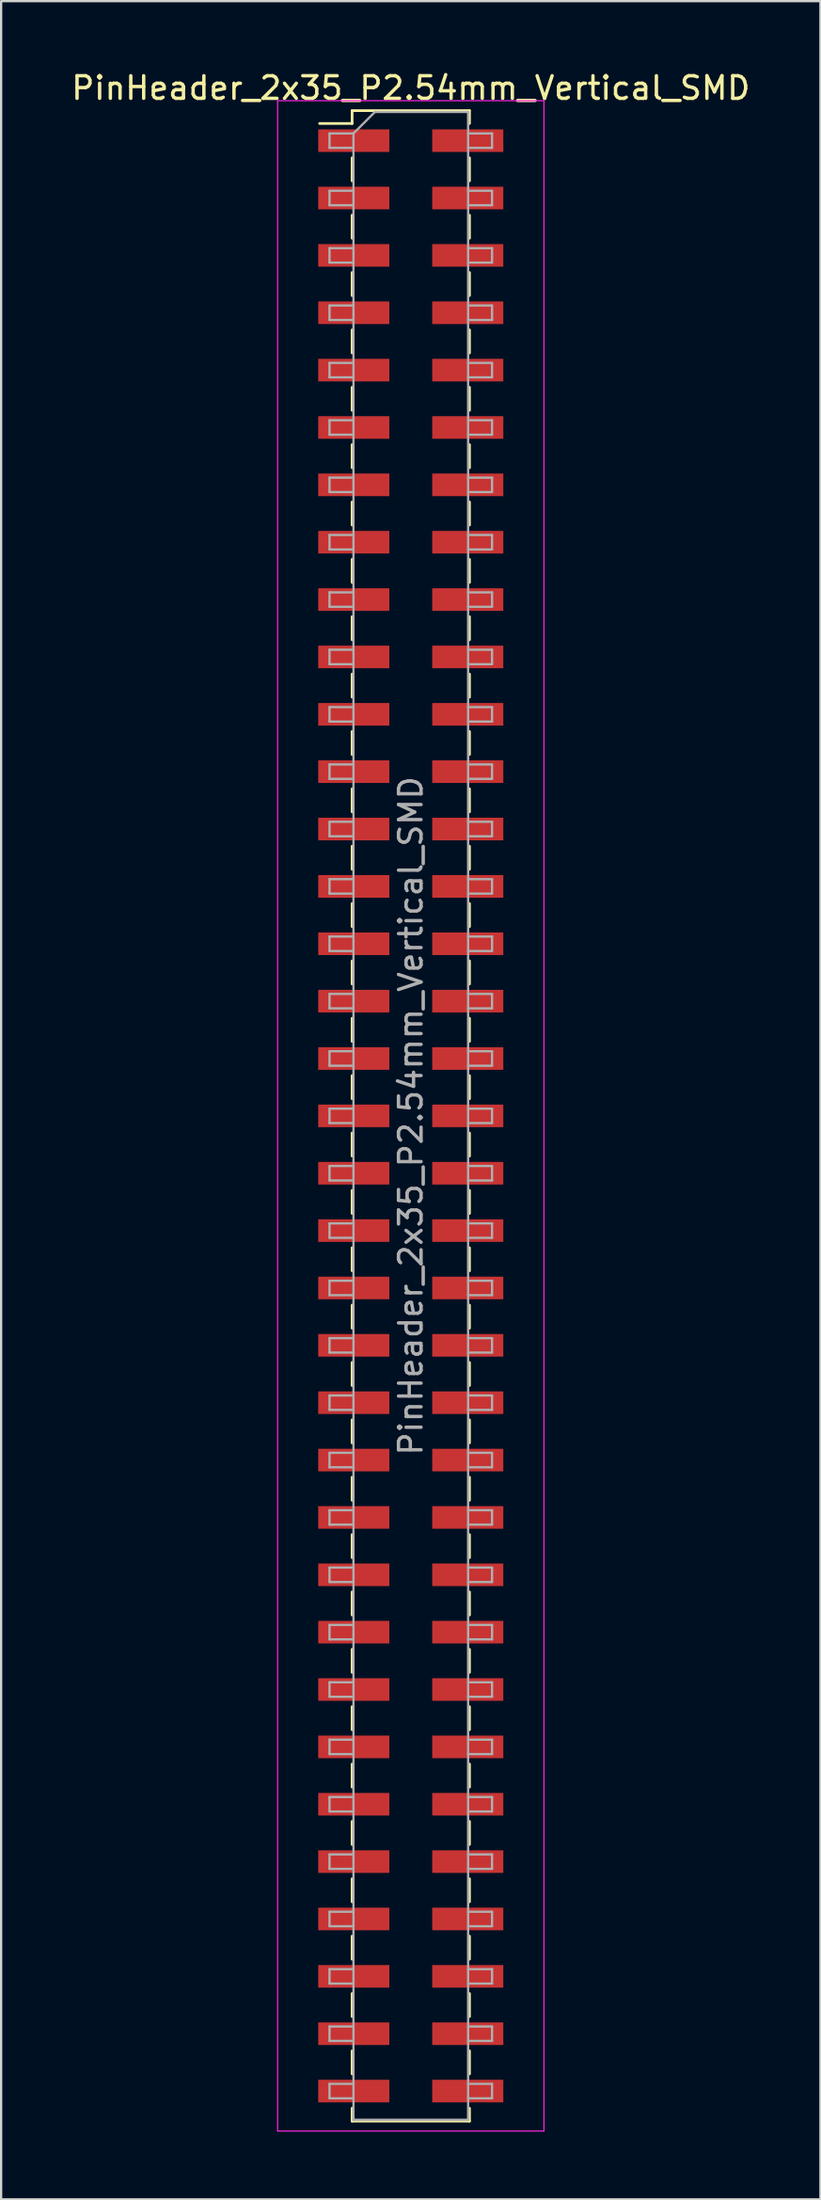
<source format=kicad_pcb>
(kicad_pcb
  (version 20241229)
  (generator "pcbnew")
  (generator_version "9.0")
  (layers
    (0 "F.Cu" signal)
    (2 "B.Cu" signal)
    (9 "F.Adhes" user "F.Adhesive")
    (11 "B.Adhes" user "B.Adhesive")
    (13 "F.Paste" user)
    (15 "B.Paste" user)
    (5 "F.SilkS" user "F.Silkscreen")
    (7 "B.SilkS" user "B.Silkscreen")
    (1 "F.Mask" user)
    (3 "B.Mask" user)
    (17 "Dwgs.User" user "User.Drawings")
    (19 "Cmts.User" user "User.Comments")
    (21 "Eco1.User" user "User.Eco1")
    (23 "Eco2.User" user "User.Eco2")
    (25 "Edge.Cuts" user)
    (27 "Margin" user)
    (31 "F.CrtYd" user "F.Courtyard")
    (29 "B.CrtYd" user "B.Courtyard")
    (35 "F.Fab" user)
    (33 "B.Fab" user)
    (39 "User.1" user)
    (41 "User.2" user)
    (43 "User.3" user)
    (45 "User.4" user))
  (footprint "PinHeader_2x35_P2.54mm_Vertical_SMD"
    (layer "F.Cu")
    (at 15.149 46.358)
    (property "Reference" "PinHeader_2x35_P2.54mm_Vertical_SMD" (at 0 -45.51 0) (layer "F.SilkS") (effects (font (size 1 1) (thickness 0.15))))
    (attr smd)
    (fp_line (start -4.04 -43.94) (end -2.6 -43.94) (stroke (width 0.12) (type solid)) (layer "F.SilkS"))
    (fp_line (start -2.6 -44.51) (end -2.6 -43.94) (stroke (width 0.12) (type solid)) (layer "F.SilkS"))
    (fp_line (start -2.6 -44.51) (end 2.6 -44.51) (stroke (width 0.12) (type solid)) (layer "F.SilkS"))
    (fp_line (start -2.6 -42.42) (end -2.6 -41.4) (stroke (width 0.12) (type solid)) (layer "F.SilkS"))
    (fp_line (start -2.6 -39.88) (end -2.6 -38.86) (stroke (width 0.12) (type solid)) (layer "F.SilkS"))
    (fp_line (start -2.6 -37.34) (end -2.6 -36.32) (stroke (width 0.12) (type solid)) (layer "F.SilkS"))
    (fp_line (start -2.6 -34.8) (end -2.6 -33.78) (stroke (width 0.12) (type solid)) (layer "F.SilkS"))
    (fp_line (start -2.6 -32.26) (end -2.6 -31.24) (stroke (width 0.12) (type solid)) (layer "F.SilkS"))
    (fp_line (start -2.6 -29.72) (end -2.6 -28.7) (stroke (width 0.12) (type solid)) (layer "F.SilkS"))
    (fp_line (start -2.6 -27.18) (end -2.6 -26.16) (stroke (width 0.12) (type solid)) (layer "F.SilkS"))
    (fp_line (start -2.6 -24.64) (end -2.6 -23.62) (stroke (width 0.12) (type solid)) (layer "F.SilkS"))
    (fp_line (start -2.6 -22.1) (end -2.6 -21.08) (stroke (width 0.12) (type solid)) (layer "F.SilkS"))
    (fp_line (start -2.6 -19.56) (end -2.6 -18.54) (stroke (width 0.12) (type solid)) (layer "F.SilkS"))
    (fp_line (start -2.6 -17.02) (end -2.6 -16) (stroke (width 0.12) (type solid)) (layer "F.SilkS"))
    (fp_line (start -2.6 -14.48) (end -2.6 -13.46) (stroke (width 0.12) (type solid)) (layer "F.SilkS"))
    (fp_line (start -2.6 -11.94) (end -2.6 -10.92) (stroke (width 0.12) (type solid)) (layer "F.SilkS"))
    (fp_line (start -2.6 -9.4) (end -2.6 -8.38) (stroke (width 0.12) (type solid)) (layer "F.SilkS"))
    (fp_line (start -2.6 -6.86) (end -2.6 -5.84) (stroke (width 0.12) (type solid)) (layer "F.SilkS"))
    (fp_line (start -2.6 -4.32) (end -2.6 -3.3) (stroke (width 0.12) (type solid)) (layer "F.SilkS"))
    (fp_line (start -2.6 -1.78) (end -2.6 -0.76) (stroke (width 0.12) (type solid)) (layer "F.SilkS"))
    (fp_line (start -2.6 0.76) (end -2.6 1.78) (stroke (width 0.12) (type solid)) (layer "F.SilkS"))
    (fp_line (start -2.6 3.3) (end -2.6 4.32) (stroke (width 0.12) (type solid)) (layer "F.SilkS"))
    (fp_line (start -2.6 5.84) (end -2.6 6.86) (stroke (width 0.12) (type solid)) (layer "F.SilkS"))
    (fp_line (start -2.6 8.38) (end -2.6 9.4) (stroke (width 0.12) (type solid)) (layer "F.SilkS"))
    (fp_line (start -2.6 10.92) (end -2.6 11.94) (stroke (width 0.12) (type solid)) (layer "F.SilkS"))
    (fp_line (start -2.6 13.46) (end -2.6 14.48) (stroke (width 0.12) (type solid)) (layer "F.SilkS"))
    (fp_line (start -2.6 16) (end -2.6 17.02) (stroke (width 0.12) (type solid)) (layer "F.SilkS"))
    (fp_line (start -2.6 18.54) (end -2.6 19.56) (stroke (width 0.12) (type solid)) (layer "F.SilkS"))
    (fp_line (start -2.6 21.08) (end -2.6 22.1) (stroke (width 0.12) (type solid)) (layer "F.SilkS"))
    (fp_line (start -2.6 23.62) (end -2.6 24.64) (stroke (width 0.12) (type solid)) (layer "F.SilkS"))
    (fp_line (start -2.6 26.16) (end -2.6 27.18) (stroke (width 0.12) (type solid)) (layer "F.SilkS"))
    (fp_line (start -2.6 28.7) (end -2.6 29.72) (stroke (width 0.12) (type solid)) (layer "F.SilkS"))
    (fp_line (start -2.6 31.24) (end -2.6 32.26) (stroke (width 0.12) (type solid)) (layer "F.SilkS"))
    (fp_line (start -2.6 33.78) (end -2.6 34.8) (stroke (width 0.12) (type solid)) (layer "F.SilkS"))
    (fp_line (start -2.6 36.32) (end -2.6 37.34) (stroke (width 0.12) (type solid)) (layer "F.SilkS"))
    (fp_line (start -2.6 38.86) (end -2.6 39.88) (stroke (width 0.12) (type solid)) (layer "F.SilkS"))
    (fp_line (start -2.6 41.4) (end -2.6 42.42) (stroke (width 0.12) (type solid)) (layer "F.SilkS"))
    (fp_line (start -2.6 43.94) (end -2.6 44.51) (stroke (width 0.12) (type solid)) (layer "F.SilkS"))
    (fp_line (start -2.6 44.51) (end 2.6 44.51) (stroke (width 0.12) (type solid)) (layer "F.SilkS"))
    (fp_line (start 2.6 -44.51) (end 2.6 -43.94) (stroke (width 0.12) (type solid)) (layer "F.SilkS"))
    (fp_line (start 2.6 -42.42) (end 2.6 -41.4) (stroke (width 0.12) (type solid)) (layer "F.SilkS"))
    (fp_line (start 2.6 -39.88) (end 2.6 -38.86) (stroke (width 0.12) (type solid)) (layer "F.SilkS"))
    (fp_line (start 2.6 -37.34) (end 2.6 -36.32) (stroke (width 0.12) (type solid)) (layer "F.SilkS"))
    (fp_line (start 2.6 -34.8) (end 2.6 -33.78) (stroke (width 0.12) (type solid)) (layer "F.SilkS"))
    (fp_line (start 2.6 -32.26) (end 2.6 -31.24) (stroke (width 0.12) (type solid)) (layer "F.SilkS"))
    (fp_line (start 2.6 -29.72) (end 2.6 -28.7) (stroke (width 0.12) (type solid)) (layer "F.SilkS"))
    (fp_line (start 2.6 -27.18) (end 2.6 -26.16) (stroke (width 0.12) (type solid)) (layer "F.SilkS"))
    (fp_line (start 2.6 -24.64) (end 2.6 -23.62) (stroke (width 0.12) (type solid)) (layer "F.SilkS"))
    (fp_line (start 2.6 -22.1) (end 2.6 -21.08) (stroke (width 0.12) (type solid)) (layer "F.SilkS"))
    (fp_line (start 2.6 -19.56) (end 2.6 -18.54) (stroke (width 0.12) (type solid)) (layer "F.SilkS"))
    (fp_line (start 2.6 -17.02) (end 2.6 -16) (stroke (width 0.12) (type solid)) (layer "F.SilkS"))
    (fp_line (start 2.6 -14.48) (end 2.6 -13.46) (stroke (width 0.12) (type solid)) (layer "F.SilkS"))
    (fp_line (start 2.6 -11.94) (end 2.6 -10.92) (stroke (width 0.12) (type solid)) (layer "F.SilkS"))
    (fp_line (start 2.6 -9.4) (end 2.6 -8.38) (stroke (width 0.12) (type solid)) (layer "F.SilkS"))
    (fp_line (start 2.6 -6.86) (end 2.6 -5.84) (stroke (width 0.12) (type solid)) (layer "F.SilkS"))
    (fp_line (start 2.6 -4.32) (end 2.6 -3.3) (stroke (width 0.12) (type solid)) (layer "F.SilkS"))
    (fp_line (start 2.6 -1.78) (end 2.6 -0.76) (stroke (width 0.12) (type solid)) (layer "F.SilkS"))
    (fp_line (start 2.6 0.76) (end 2.6 1.78) (stroke (width 0.12) (type solid)) (layer "F.SilkS"))
    (fp_line (start 2.6 3.3) (end 2.6 4.32) (stroke (width 0.12) (type solid)) (layer "F.SilkS"))
    (fp_line (start 2.6 5.84) (end 2.6 6.86) (stroke (width 0.12) (type solid)) (layer "F.SilkS"))
    (fp_line (start 2.6 8.38) (end 2.6 9.4) (stroke (width 0.12) (type solid)) (layer "F.SilkS"))
    (fp_line (start 2.6 10.92) (end 2.6 11.94) (stroke (width 0.12) (type solid)) (layer "F.SilkS"))
    (fp_line (start 2.6 13.46) (end 2.6 14.48) (stroke (width 0.12) (type solid)) (layer "F.SilkS"))
    (fp_line (start 2.6 16) (end 2.6 17.02) (stroke (width 0.12) (type solid)) (layer "F.SilkS"))
    (fp_line (start 2.6 18.54) (end 2.6 19.56) (stroke (width 0.12) (type solid)) (layer "F.SilkS"))
    (fp_line (start 2.6 21.08) (end 2.6 22.1) (stroke (width 0.12) (type solid)) (layer "F.SilkS"))
    (fp_line (start 2.6 23.62) (end 2.6 24.64) (stroke (width 0.12) (type solid)) (layer "F.SilkS"))
    (fp_line (start 2.6 26.16) (end 2.6 27.18) (stroke (width 0.12) (type solid)) (layer "F.SilkS"))
    (fp_line (start 2.6 28.7) (end 2.6 29.72) (stroke (width 0.12) (type solid)) (layer "F.SilkS"))
    (fp_line (start 2.6 31.24) (end 2.6 32.26) (stroke (width 0.12) (type solid)) (layer "F.SilkS"))
    (fp_line (start 2.6 33.78) (end 2.6 34.8) (stroke (width 0.12) (type solid)) (layer "F.SilkS"))
    (fp_line (start 2.6 36.32) (end 2.6 37.34) (stroke (width 0.12) (type solid)) (layer "F.SilkS"))
    (fp_line (start 2.6 38.86) (end 2.6 39.88) (stroke (width 0.12) (type solid)) (layer "F.SilkS"))
    (fp_line (start 2.6 41.4) (end 2.6 42.42) (stroke (width 0.12) (type solid)) (layer "F.SilkS"))
    (fp_line (start 2.6 43.94) (end 2.6 44.51) (stroke (width 0.12) (type solid)) (layer "F.SilkS"))
    (fp_line (start -5.9 -44.95) (end -5.9 44.95) (stroke (width 0.05) (type solid)) (layer "F.CrtYd"))
    (fp_line (start -5.9 44.95) (end 5.9 44.95) (stroke (width 0.05) (type solid)) (layer "F.CrtYd"))
    (fp_line (start 5.9 -44.95) (end -5.9 -44.95) (stroke (width 0.05) (type solid)) (layer "F.CrtYd"))
    (fp_line (start 5.9 44.95) (end 5.9 -44.95) (stroke (width 0.05) (type solid)) (layer "F.CrtYd"))
    (fp_line (start -3.6 -43.5) (end -3.6 -42.86) (stroke (width 0.1) (type solid)) (layer "F.Fab"))
    (fp_line (start -3.6 -42.86) (end -2.54 -42.86) (stroke (width 0.1) (type solid)) (layer "F.Fab"))
    (fp_line (start -3.6 -40.96) (end -3.6 -40.32) (stroke (width 0.1) (type solid)) (layer "F.Fab"))
    (fp_line (start -3.6 -40.32) (end -2.54 -40.32) (stroke (width 0.1) (type solid)) (layer "F.Fab"))
    (fp_line (start -3.6 -38.42) (end -3.6 -37.78) (stroke (width 0.1) (type solid)) (layer "F.Fab"))
    (fp_line (start -3.6 -37.78) (end -2.54 -37.78) (stroke (width 0.1) (type solid)) (layer "F.Fab"))
    (fp_line (start -3.6 -35.88) (end -3.6 -35.24) (stroke (width 0.1) (type solid)) (layer "F.Fab"))
    (fp_line (start -3.6 -35.24) (end -2.54 -35.24) (stroke (width 0.1) (type solid)) (layer "F.Fab"))
    (fp_line (start -3.6 -33.34) (end -3.6 -32.7) (stroke (width 0.1) (type solid)) (layer "F.Fab"))
    (fp_line (start -3.6 -32.7) (end -2.54 -32.7) (stroke (width 0.1) (type solid)) (layer "F.Fab"))
    (fp_line (start -3.6 -30.8) (end -3.6 -30.16) (stroke (width 0.1) (type solid)) (layer "F.Fab"))
    (fp_line (start -3.6 -30.16) (end -2.54 -30.16) (stroke (width 0.1) (type solid)) (layer "F.Fab"))
    (fp_line (start -3.6 -28.26) (end -3.6 -27.62) (stroke (width 0.1) (type solid)) (layer "F.Fab"))
    (fp_line (start -3.6 -27.62) (end -2.54 -27.62) (stroke (width 0.1) (type solid)) (layer "F.Fab"))
    (fp_line (start -3.6 -25.72) (end -3.6 -25.08) (stroke (width 0.1) (type solid)) (layer "F.Fab"))
    (fp_line (start -3.6 -25.08) (end -2.54 -25.08) (stroke (width 0.1) (type solid)) (layer "F.Fab"))
    (fp_line (start -3.6 -23.18) (end -3.6 -22.54) (stroke (width 0.1) (type solid)) (layer "F.Fab"))
    (fp_line (start -3.6 -22.54) (end -2.54 -22.54) (stroke (width 0.1) (type solid)) (layer "F.Fab"))
    (fp_line (start -3.6 -20.64) (end -3.6 -20) (stroke (width 0.1) (type solid)) (layer "F.Fab"))
    (fp_line (start -3.6 -20) (end -2.54 -20) (stroke (width 0.1) (type solid)) (layer "F.Fab"))
    (fp_line (start -3.6 -18.1) (end -3.6 -17.46) (stroke (width 0.1) (type solid)) (layer "F.Fab"))
    (fp_line (start -3.6 -17.46) (end -2.54 -17.46) (stroke (width 0.1) (type solid)) (layer "F.Fab"))
    (fp_line (start -3.6 -15.56) (end -3.6 -14.92) (stroke (width 0.1) (type solid)) (layer "F.Fab"))
    (fp_line (start -3.6 -14.92) (end -2.54 -14.92) (stroke (width 0.1) (type solid)) (layer "F.Fab"))
    (fp_line (start -3.6 -13.02) (end -3.6 -12.38) (stroke (width 0.1) (type solid)) (layer "F.Fab"))
    (fp_line (start -3.6 -12.38) (end -2.54 -12.38) (stroke (width 0.1) (type solid)) (layer "F.Fab"))
    (fp_line (start -3.6 -10.48) (end -3.6 -9.84) (stroke (width 0.1) (type solid)) (layer "F.Fab"))
    (fp_line (start -3.6 -9.84) (end -2.54 -9.84) (stroke (width 0.1) (type solid)) (layer "F.Fab"))
    (fp_line (start -3.6 -7.94) (end -3.6 -7.3) (stroke (width 0.1) (type solid)) (layer "F.Fab"))
    (fp_line (start -3.6 -7.3) (end -2.54 -7.3) (stroke (width 0.1) (type solid)) (layer "F.Fab"))
    (fp_line (start -3.6 -5.4) (end -3.6 -4.76) (stroke (width 0.1) (type solid)) (layer "F.Fab"))
    (fp_line (start -3.6 -4.76) (end -2.54 -4.76) (stroke (width 0.1) (type solid)) (layer "F.Fab"))
    (fp_line (start -3.6 -2.86) (end -3.6 -2.22) (stroke (width 0.1) (type solid)) (layer "F.Fab"))
    (fp_line (start -3.6 -2.22) (end -2.54 -2.22) (stroke (width 0.1) (type solid)) (layer "F.Fab"))
    (fp_line (start -3.6 -0.32) (end -3.6 0.32) (stroke (width 0.1) (type solid)) (layer "F.Fab"))
    (fp_line (start -3.6 0.32) (end -2.54 0.32) (stroke (width 0.1) (type solid)) (layer "F.Fab"))
    (fp_line (start -3.6 2.22) (end -3.6 2.86) (stroke (width 0.1) (type solid)) (layer "F.Fab"))
    (fp_line (start -3.6 2.86) (end -2.54 2.86) (stroke (width 0.1) (type solid)) (layer "F.Fab"))
    (fp_line (start -3.6 4.76) (end -3.6 5.4) (stroke (width 0.1) (type solid)) (layer "F.Fab"))
    (fp_line (start -3.6 5.4) (end -2.54 5.4) (stroke (width 0.1) (type solid)) (layer "F.Fab"))
    (fp_line (start -3.6 7.3) (end -3.6 7.94) (stroke (width 0.1) (type solid)) (layer "F.Fab"))
    (fp_line (start -3.6 7.94) (end -2.54 7.94) (stroke (width 0.1) (type solid)) (layer "F.Fab"))
    (fp_line (start -3.6 9.84) (end -3.6 10.48) (stroke (width 0.1) (type solid)) (layer "F.Fab"))
    (fp_line (start -3.6 10.48) (end -2.54 10.48) (stroke (width 0.1) (type solid)) (layer "F.Fab"))
    (fp_line (start -3.6 12.38) (end -3.6 13.02) (stroke (width 0.1) (type solid)) (layer "F.Fab"))
    (fp_line (start -3.6 13.02) (end -2.54 13.02) (stroke (width 0.1) (type solid)) (layer "F.Fab"))
    (fp_line (start -3.6 14.92) (end -3.6 15.56) (stroke (width 0.1) (type solid)) (layer "F.Fab"))
    (fp_line (start -3.6 15.56) (end -2.54 15.56) (stroke (width 0.1) (type solid)) (layer "F.Fab"))
    (fp_line (start -3.6 17.46) (end -3.6 18.1) (stroke (width 0.1) (type solid)) (layer "F.Fab"))
    (fp_line (start -3.6 18.1) (end -2.54 18.1) (stroke (width 0.1) (type solid)) (layer "F.Fab"))
    (fp_line (start -3.6 20) (end -3.6 20.64) (stroke (width 0.1) (type solid)) (layer "F.Fab"))
    (fp_line (start -3.6 20.64) (end -2.54 20.64) (stroke (width 0.1) (type solid)) (layer "F.Fab"))
    (fp_line (start -3.6 22.54) (end -3.6 23.18) (stroke (width 0.1) (type solid)) (layer "F.Fab"))
    (fp_line (start -3.6 23.18) (end -2.54 23.18) (stroke (width 0.1) (type solid)) (layer "F.Fab"))
    (fp_line (start -3.6 25.08) (end -3.6 25.72) (stroke (width 0.1) (type solid)) (layer "F.Fab"))
    (fp_line (start -3.6 25.72) (end -2.54 25.72) (stroke (width 0.1) (type solid)) (layer "F.Fab"))
    (fp_line (start -3.6 27.62) (end -3.6 28.26) (stroke (width 0.1) (type solid)) (layer "F.Fab"))
    (fp_line (start -3.6 28.26) (end -2.54 28.26) (stroke (width 0.1) (type solid)) (layer "F.Fab"))
    (fp_line (start -3.6 30.16) (end -3.6 30.8) (stroke (width 0.1) (type solid)) (layer "F.Fab"))
    (fp_line (start -3.6 30.8) (end -2.54 30.8) (stroke (width 0.1) (type solid)) (layer "F.Fab"))
    (fp_line (start -3.6 32.7) (end -3.6 33.34) (stroke (width 0.1) (type solid)) (layer "F.Fab"))
    (fp_line (start -3.6 33.34) (end -2.54 33.34) (stroke (width 0.1) (type solid)) (layer "F.Fab"))
    (fp_line (start -3.6 35.24) (end -3.6 35.88) (stroke (width 0.1) (type solid)) (layer "F.Fab"))
    (fp_line (start -3.6 35.88) (end -2.54 35.88) (stroke (width 0.1) (type solid)) (layer "F.Fab"))
    (fp_line (start -3.6 37.78) (end -3.6 38.42) (stroke (width 0.1) (type solid)) (layer "F.Fab"))
    (fp_line (start -3.6 38.42) (end -2.54 38.42) (stroke (width 0.1) (type solid)) (layer "F.Fab"))
    (fp_line (start -3.6 40.32) (end -3.6 40.96) (stroke (width 0.1) (type solid)) (layer "F.Fab"))
    (fp_line (start -3.6 40.96) (end -2.54 40.96) (stroke (width 0.1) (type solid)) (layer "F.Fab"))
    (fp_line (start -3.6 42.86) (end -3.6 43.5) (stroke (width 0.1) (type solid)) (layer "F.Fab"))
    (fp_line (start -3.6 43.5) (end -2.54 43.5) (stroke (width 0.1) (type solid)) (layer "F.Fab"))
    (fp_line (start -2.54 -43.5) (end -3.6 -43.5) (stroke (width 0.1) (type solid)) (layer "F.Fab"))
    (fp_line (start -2.54 -43.5) (end -1.59 -44.45) (stroke (width 0.1) (type solid)) (layer "F.Fab"))
    (fp_line (start -2.54 -40.96) (end -3.6 -40.96) (stroke (width 0.1) (type solid)) (layer "F.Fab"))
    (fp_line (start -2.54 -38.42) (end -3.6 -38.42) (stroke (width 0.1) (type solid)) (layer "F.Fab"))
    (fp_line (start -2.54 -35.88) (end -3.6 -35.88) (stroke (width 0.1) (type solid)) (layer "F.Fab"))
    (fp_line (start -2.54 -33.34) (end -3.6 -33.34) (stroke (width 0.1) (type solid)) (layer "F.Fab"))
    (fp_line (start -2.54 -30.8) (end -3.6 -30.8) (stroke (width 0.1) (type solid)) (layer "F.Fab"))
    (fp_line (start -2.54 -28.26) (end -3.6 -28.26) (stroke (width 0.1) (type solid)) (layer "F.Fab"))
    (fp_line (start -2.54 -25.72) (end -3.6 -25.72) (stroke (width 0.1) (type solid)) (layer "F.Fab"))
    (fp_line (start -2.54 -23.18) (end -3.6 -23.18) (stroke (width 0.1) (type solid)) (layer "F.Fab"))
    (fp_line (start -2.54 -20.64) (end -3.6 -20.64) (stroke (width 0.1) (type solid)) (layer "F.Fab"))
    (fp_line (start -2.54 -18.1) (end -3.6 -18.1) (stroke (width 0.1) (type solid)) (layer "F.Fab"))
    (fp_line (start -2.54 -15.56) (end -3.6 -15.56) (stroke (width 0.1) (type solid)) (layer "F.Fab"))
    (fp_line (start -2.54 -13.02) (end -3.6 -13.02) (stroke (width 0.1) (type solid)) (layer "F.Fab"))
    (fp_line (start -2.54 -10.48) (end -3.6 -10.48) (stroke (width 0.1) (type solid)) (layer "F.Fab"))
    (fp_line (start -2.54 -7.94) (end -3.6 -7.94) (stroke (width 0.1) (type solid)) (layer "F.Fab"))
    (fp_line (start -2.54 -5.4) (end -3.6 -5.4) (stroke (width 0.1) (type solid)) (layer "F.Fab"))
    (fp_line (start -2.54 -2.86) (end -3.6 -2.86) (stroke (width 0.1) (type solid)) (layer "F.Fab"))
    (fp_line (start -2.54 -0.32) (end -3.6 -0.32) (stroke (width 0.1) (type solid)) (layer "F.Fab"))
    (fp_line (start -2.54 2.22) (end -3.6 2.22) (stroke (width 0.1) (type solid)) (layer "F.Fab"))
    (fp_line (start -2.54 4.76) (end -3.6 4.76) (stroke (width 0.1) (type solid)) (layer "F.Fab"))
    (fp_line (start -2.54 7.3) (end -3.6 7.3) (stroke (width 0.1) (type solid)) (layer "F.Fab"))
    (fp_line (start -2.54 9.84) (end -3.6 9.84) (stroke (width 0.1) (type solid)) (layer "F.Fab"))
    (fp_line (start -2.54 12.38) (end -3.6 12.38) (stroke (width 0.1) (type solid)) (layer "F.Fab"))
    (fp_line (start -2.54 14.92) (end -3.6 14.92) (stroke (width 0.1) (type solid)) (layer "F.Fab"))
    (fp_line (start -2.54 17.46) (end -3.6 17.46) (stroke (width 0.1) (type solid)) (layer "F.Fab"))
    (fp_line (start -2.54 20) (end -3.6 20) (stroke (width 0.1) (type solid)) (layer "F.Fab"))
    (fp_line (start -2.54 22.54) (end -3.6 22.54) (stroke (width 0.1) (type solid)) (layer "F.Fab"))
    (fp_line (start -2.54 25.08) (end -3.6 25.08) (stroke (width 0.1) (type solid)) (layer "F.Fab"))
    (fp_line (start -2.54 27.62) (end -3.6 27.62) (stroke (width 0.1) (type solid)) (layer "F.Fab"))
    (fp_line (start -2.54 30.16) (end -3.6 30.16) (stroke (width 0.1) (type solid)) (layer "F.Fab"))
    (fp_line (start -2.54 32.7) (end -3.6 32.7) (stroke (width 0.1) (type solid)) (layer "F.Fab"))
    (fp_line (start -2.54 35.24) (end -3.6 35.24) (stroke (width 0.1) (type solid)) (layer "F.Fab"))
    (fp_line (start -2.54 37.78) (end -3.6 37.78) (stroke (width 0.1) (type solid)) (layer "F.Fab"))
    (fp_line (start -2.54 40.32) (end -3.6 40.32) (stroke (width 0.1) (type solid)) (layer "F.Fab"))
    (fp_line (start -2.54 42.86) (end -3.6 42.86) (stroke (width 0.1) (type solid)) (layer "F.Fab"))
    (fp_line (start -2.54 44.45) (end -2.54 -43.5) (stroke (width 0.1) (type solid)) (layer "F.Fab"))
    (fp_line (start -1.59 -44.45) (end 2.54 -44.45) (stroke (width 0.1) (type solid)) (layer "F.Fab"))
    (fp_line (start 2.54 -44.45) (end 2.54 44.45) (stroke (width 0.1) (type solid)) (layer "F.Fab"))
    (fp_line (start 2.54 -43.5) (end 3.6 -43.5) (stroke (width 0.1) (type solid)) (layer "F.Fab"))
    (fp_line (start 2.54 -40.96) (end 3.6 -40.96) (stroke (width 0.1) (type solid)) (layer "F.Fab"))
    (fp_line (start 2.54 -38.42) (end 3.6 -38.42) (stroke (width 0.1) (type solid)) (layer "F.Fab"))
    (fp_line (start 2.54 -35.88) (end 3.6 -35.88) (stroke (width 0.1) (type solid)) (layer "F.Fab"))
    (fp_line (start 2.54 -33.34) (end 3.6 -33.34) (stroke (width 0.1) (type solid)) (layer "F.Fab"))
    (fp_line (start 2.54 -30.8) (end 3.6 -30.8) (stroke (width 0.1) (type solid)) (layer "F.Fab"))
    (fp_line (start 2.54 -28.26) (end 3.6 -28.26) (stroke (width 0.1) (type solid)) (layer "F.Fab"))
    (fp_line (start 2.54 -25.72) (end 3.6 -25.72) (stroke (width 0.1) (type solid)) (layer "F.Fab"))
    (fp_line (start 2.54 -23.18) (end 3.6 -23.18) (stroke (width 0.1) (type solid)) (layer "F.Fab"))
    (fp_line (start 2.54 -20.64) (end 3.6 -20.64) (stroke (width 0.1) (type solid)) (layer "F.Fab"))
    (fp_line (start 2.54 -18.1) (end 3.6 -18.1) (stroke (width 0.1) (type solid)) (layer "F.Fab"))
    (fp_line (start 2.54 -15.56) (end 3.6 -15.56) (stroke (width 0.1) (type solid)) (layer "F.Fab"))
    (fp_line (start 2.54 -13.02) (end 3.6 -13.02) (stroke (width 0.1) (type solid)) (layer "F.Fab"))
    (fp_line (start 2.54 -10.48) (end 3.6 -10.48) (stroke (width 0.1) (type solid)) (layer "F.Fab"))
    (fp_line (start 2.54 -7.94) (end 3.6 -7.94) (stroke (width 0.1) (type solid)) (layer "F.Fab"))
    (fp_line (start 2.54 -5.4) (end 3.6 -5.4) (stroke (width 0.1) (type solid)) (layer "F.Fab"))
    (fp_line (start 2.54 -2.86) (end 3.6 -2.86) (stroke (width 0.1) (type solid)) (layer "F.Fab"))
    (fp_line (start 2.54 -0.32) (end 3.6 -0.32) (stroke (width 0.1) (type solid)) (layer "F.Fab"))
    (fp_line (start 2.54 2.22) (end 3.6 2.22) (stroke (width 0.1) (type solid)) (layer "F.Fab"))
    (fp_line (start 2.54 4.76) (end 3.6 4.76) (stroke (width 0.1) (type solid)) (layer "F.Fab"))
    (fp_line (start 2.54 7.3) (end 3.6 7.3) (stroke (width 0.1) (type solid)) (layer "F.Fab"))
    (fp_line (start 2.54 9.84) (end 3.6 9.84) (stroke (width 0.1) (type solid)) (layer "F.Fab"))
    (fp_line (start 2.54 12.38) (end 3.6 12.38) (stroke (width 0.1) (type solid)) (layer "F.Fab"))
    (fp_line (start 2.54 14.92) (end 3.6 14.92) (stroke (width 0.1) (type solid)) (layer "F.Fab"))
    (fp_line (start 2.54 17.46) (end 3.6 17.46) (stroke (width 0.1) (type solid)) (layer "F.Fab"))
    (fp_line (start 2.54 20) (end 3.6 20) (stroke (width 0.1) (type solid)) (layer "F.Fab"))
    (fp_line (start 2.54 22.54) (end 3.6 22.54) (stroke (width 0.1) (type solid)) (layer "F.Fab"))
    (fp_line (start 2.54 25.08) (end 3.6 25.08) (stroke (width 0.1) (type solid)) (layer "F.Fab"))
    (fp_line (start 2.54 27.62) (end 3.6 27.62) (stroke (width 0.1) (type solid)) (layer "F.Fab"))
    (fp_line (start 2.54 30.16) (end 3.6 30.16) (stroke (width 0.1) (type solid)) (layer "F.Fab"))
    (fp_line (start 2.54 32.7) (end 3.6 32.7) (stroke (width 0.1) (type solid)) (layer "F.Fab"))
    (fp_line (start 2.54 35.24) (end 3.6 35.24) (stroke (width 0.1) (type solid)) (layer "F.Fab"))
    (fp_line (start 2.54 37.78) (end 3.6 37.78) (stroke (width 0.1) (type solid)) (layer "F.Fab"))
    (fp_line (start 2.54 40.32) (end 3.6 40.32) (stroke (width 0.1) (type solid)) (layer "F.Fab"))
    (fp_line (start 2.54 42.86) (end 3.6 42.86) (stroke (width 0.1) (type solid)) (layer "F.Fab"))
    (fp_line (start 2.54 44.45) (end -2.54 44.45) (stroke (width 0.1) (type solid)) (layer "F.Fab"))
    (fp_line (start 3.6 -43.5) (end 3.6 -42.86) (stroke (width 0.1) (type solid)) (layer "F.Fab"))
    (fp_line (start 3.6 -42.86) (end 2.54 -42.86) (stroke (width 0.1) (type solid)) (layer "F.Fab"))
    (fp_line (start 3.6 -40.96) (end 3.6 -40.32) (stroke (width 0.1) (type solid)) (layer "F.Fab"))
    (fp_line (start 3.6 -40.32) (end 2.54 -40.32) (stroke (width 0.1) (type solid)) (layer "F.Fab"))
    (fp_line (start 3.6 -38.42) (end 3.6 -37.78) (stroke (width 0.1) (type solid)) (layer "F.Fab"))
    (fp_line (start 3.6 -37.78) (end 2.54 -37.78) (stroke (width 0.1) (type solid)) (layer "F.Fab"))
    (fp_line (start 3.6 -35.88) (end 3.6 -35.24) (stroke (width 0.1) (type solid)) (layer "F.Fab"))
    (fp_line (start 3.6 -35.24) (end 2.54 -35.24) (stroke (width 0.1) (type solid)) (layer "F.Fab"))
    (fp_line (start 3.6 -33.34) (end 3.6 -32.7) (stroke (width 0.1) (type solid)) (layer "F.Fab"))
    (fp_line (start 3.6 -32.7) (end 2.54 -32.7) (stroke (width 0.1) (type solid)) (layer "F.Fab"))
    (fp_line (start 3.6 -30.8) (end 3.6 -30.16) (stroke (width 0.1) (type solid)) (layer "F.Fab"))
    (fp_line (start 3.6 -30.16) (end 2.54 -30.16) (stroke (width 0.1) (type solid)) (layer "F.Fab"))
    (fp_line (start 3.6 -28.26) (end 3.6 -27.62) (stroke (width 0.1) (type solid)) (layer "F.Fab"))
    (fp_line (start 3.6 -27.62) (end 2.54 -27.62) (stroke (width 0.1) (type solid)) (layer "F.Fab"))
    (fp_line (start 3.6 -25.72) (end 3.6 -25.08) (stroke (width 0.1) (type solid)) (layer "F.Fab"))
    (fp_line (start 3.6 -25.08) (end 2.54 -25.08) (stroke (width 0.1) (type solid)) (layer "F.Fab"))
    (fp_line (start 3.6 -23.18) (end 3.6 -22.54) (stroke (width 0.1) (type solid)) (layer "F.Fab"))
    (fp_line (start 3.6 -22.54) (end 2.54 -22.54) (stroke (width 0.1) (type solid)) (layer "F.Fab"))
    (fp_line (start 3.6 -20.64) (end 3.6 -20) (stroke (width 0.1) (type solid)) (layer "F.Fab"))
    (fp_line (start 3.6 -20) (end 2.54 -20) (stroke (width 0.1) (type solid)) (layer "F.Fab"))
    (fp_line (start 3.6 -18.1) (end 3.6 -17.46) (stroke (width 0.1) (type solid)) (layer "F.Fab"))
    (fp_line (start 3.6 -17.46) (end 2.54 -17.46) (stroke (width 0.1) (type solid)) (layer "F.Fab"))
    (fp_line (start 3.6 -15.56) (end 3.6 -14.92) (stroke (width 0.1) (type solid)) (layer "F.Fab"))
    (fp_line (start 3.6 -14.92) (end 2.54 -14.92) (stroke (width 0.1) (type solid)) (layer "F.Fab"))
    (fp_line (start 3.6 -13.02) (end 3.6 -12.38) (stroke (width 0.1) (type solid)) (layer "F.Fab"))
    (fp_line (start 3.6 -12.38) (end 2.54 -12.38) (stroke (width 0.1) (type solid)) (layer "F.Fab"))
    (fp_line (start 3.6 -10.48) (end 3.6 -9.84) (stroke (width 0.1) (type solid)) (layer "F.Fab"))
    (fp_line (start 3.6 -9.84) (end 2.54 -9.84) (stroke (width 0.1) (type solid)) (layer "F.Fab"))
    (fp_line (start 3.6 -7.94) (end 3.6 -7.3) (stroke (width 0.1) (type solid)) (layer "F.Fab"))
    (fp_line (start 3.6 -7.3) (end 2.54 -7.3) (stroke (width 0.1) (type solid)) (layer "F.Fab"))
    (fp_line (start 3.6 -5.4) (end 3.6 -4.76) (stroke (width 0.1) (type solid)) (layer "F.Fab"))
    (fp_line (start 3.6 -4.76) (end 2.54 -4.76) (stroke (width 0.1) (type solid)) (layer "F.Fab"))
    (fp_line (start 3.6 -2.86) (end 3.6 -2.22) (stroke (width 0.1) (type solid)) (layer "F.Fab"))
    (fp_line (start 3.6 -2.22) (end 2.54 -2.22) (stroke (width 0.1) (type solid)) (layer "F.Fab"))
    (fp_line (start 3.6 -0.32) (end 3.6 0.32) (stroke (width 0.1) (type solid)) (layer "F.Fab"))
    (fp_line (start 3.6 0.32) (end 2.54 0.32) (stroke (width 0.1) (type solid)) (layer "F.Fab"))
    (fp_line (start 3.6 2.22) (end 3.6 2.86) (stroke (width 0.1) (type solid)) (layer "F.Fab"))
    (fp_line (start 3.6 2.86) (end 2.54 2.86) (stroke (width 0.1) (type solid)) (layer "F.Fab"))
    (fp_line (start 3.6 4.76) (end 3.6 5.4) (stroke (width 0.1) (type solid)) (layer "F.Fab"))
    (fp_line (start 3.6 5.4) (end 2.54 5.4) (stroke (width 0.1) (type solid)) (layer "F.Fab"))
    (fp_line (start 3.6 7.3) (end 3.6 7.94) (stroke (width 0.1) (type solid)) (layer "F.Fab"))
    (fp_line (start 3.6 7.94) (end 2.54 7.94) (stroke (width 0.1) (type solid)) (layer "F.Fab"))
    (fp_line (start 3.6 9.84) (end 3.6 10.48) (stroke (width 0.1) (type solid)) (layer "F.Fab"))
    (fp_line (start 3.6 10.48) (end 2.54 10.48) (stroke (width 0.1) (type solid)) (layer "F.Fab"))
    (fp_line (start 3.6 12.38) (end 3.6 13.02) (stroke (width 0.1) (type solid)) (layer "F.Fab"))
    (fp_line (start 3.6 13.02) (end 2.54 13.02) (stroke (width 0.1) (type solid)) (layer "F.Fab"))
    (fp_line (start 3.6 14.92) (end 3.6 15.56) (stroke (width 0.1) (type solid)) (layer "F.Fab"))
    (fp_line (start 3.6 15.56) (end 2.54 15.56) (stroke (width 0.1) (type solid)) (layer "F.Fab"))
    (fp_line (start 3.6 17.46) (end 3.6 18.1) (stroke (width 0.1) (type solid)) (layer "F.Fab"))
    (fp_line (start 3.6 18.1) (end 2.54 18.1) (stroke (width 0.1) (type solid)) (layer "F.Fab"))
    (fp_line (start 3.6 20) (end 3.6 20.64) (stroke (width 0.1) (type solid)) (layer "F.Fab"))
    (fp_line (start 3.6 20.64) (end 2.54 20.64) (stroke (width 0.1) (type solid)) (layer "F.Fab"))
    (fp_line (start 3.6 22.54) (end 3.6 23.18) (stroke (width 0.1) (type solid)) (layer "F.Fab"))
    (fp_line (start 3.6 23.18) (end 2.54 23.18) (stroke (width 0.1) (type solid)) (layer "F.Fab"))
    (fp_line (start 3.6 25.08) (end 3.6 25.72) (stroke (width 0.1) (type solid)) (layer "F.Fab"))
    (fp_line (start 3.6 25.72) (end 2.54 25.72) (stroke (width 0.1) (type solid)) (layer "F.Fab"))
    (fp_line (start 3.6 27.62) (end 3.6 28.26) (stroke (width 0.1) (type solid)) (layer "F.Fab"))
    (fp_line (start 3.6 28.26) (end 2.54 28.26) (stroke (width 0.1) (type solid)) (layer "F.Fab"))
    (fp_line (start 3.6 30.16) (end 3.6 30.8) (stroke (width 0.1) (type solid)) (layer "F.Fab"))
    (fp_line (start 3.6 30.8) (end 2.54 30.8) (stroke (width 0.1) (type solid)) (layer "F.Fab"))
    (fp_line (start 3.6 32.7) (end 3.6 33.34) (stroke (width 0.1) (type solid)) (layer "F.Fab"))
    (fp_line (start 3.6 33.34) (end 2.54 33.34) (stroke (width 0.1) (type solid)) (layer "F.Fab"))
    (fp_line (start 3.6 35.24) (end 3.6 35.88) (stroke (width 0.1) (type solid)) (layer "F.Fab"))
    (fp_line (start 3.6 35.88) (end 2.54 35.88) (stroke (width 0.1) (type solid)) (layer "F.Fab"))
    (fp_line (start 3.6 37.78) (end 3.6 38.42) (stroke (width 0.1) (type solid)) (layer "F.Fab"))
    (fp_line (start 3.6 38.42) (end 2.54 38.42) (stroke (width 0.1) (type solid)) (layer "F.Fab"))
    (fp_line (start 3.6 40.32) (end 3.6 40.96) (stroke (width 0.1) (type solid)) (layer "F.Fab"))
    (fp_line (start 3.6 40.96) (end 2.54 40.96) (stroke (width 0.1) (type solid)) (layer "F.Fab"))
    (fp_line (start 3.6 42.86) (end 3.6 43.5) (stroke (width 0.1) (type solid)) (layer "F.Fab"))
    (fp_line (start 3.6 43.5) (end 2.54 43.5) (stroke (width 0.1) (type solid)) (layer "F.Fab"))
    (fp_text user "${REFERENCE}" (at 0 0 90) (layer "F.Fab") (effects (font (size 1 1) (thickness 0.15))))
    (pad "1" smd rect (at -2.525 -43.18) (size 3.15 1) (layers "F.Cu" "F.Mask" "F.Paste"))
    (pad "2" smd rect (at 2.525 -43.18) (size 3.15 1) (layers "F.Cu" "F.Mask" "F.Paste"))
    (pad "3" smd rect (at -2.525 -40.64) (size 3.15 1) (layers "F.Cu" "F.Mask" "F.Paste"))
    (pad "4" smd rect (at 2.525 -40.64) (size 3.15 1) (layers "F.Cu" "F.Mask" "F.Paste"))
    (pad "5" smd rect (at -2.525 -38.1) (size 3.15 1) (layers "F.Cu" "F.Mask" "F.Paste"))
    (pad "6" smd rect (at 2.525 -38.1) (size 3.15 1) (layers "F.Cu" "F.Mask" "F.Paste"))
    (pad "7" smd rect (at -2.525 -35.56) (size 3.15 1) (layers "F.Cu" "F.Mask" "F.Paste"))
    (pad "8" smd rect (at 2.525 -35.56) (size 3.15 1) (layers "F.Cu" "F.Mask" "F.Paste"))
    (pad "9" smd rect (at -2.525 -33.02) (size 3.15 1) (layers "F.Cu" "F.Mask" "F.Paste"))
    (pad "10" smd rect (at 2.525 -33.02) (size 3.15 1) (layers "F.Cu" "F.Mask" "F.Paste"))
    (pad "11" smd rect (at -2.525 -30.48) (size 3.15 1) (layers "F.Cu" "F.Mask" "F.Paste"))
    (pad "12" smd rect (at 2.525 -30.48) (size 3.15 1) (layers "F.Cu" "F.Mask" "F.Paste"))
    (pad "13" smd rect (at -2.525 -27.94) (size 3.15 1) (layers "F.Cu" "F.Mask" "F.Paste"))
    (pad "14" smd rect (at 2.525 -27.94) (size 3.15 1) (layers "F.Cu" "F.Mask" "F.Paste"))
    (pad "15" smd rect (at -2.525 -25.4) (size 3.15 1) (layers "F.Cu" "F.Mask" "F.Paste"))
    (pad "16" smd rect (at 2.525 -25.4) (size 3.15 1) (layers "F.Cu" "F.Mask" "F.Paste"))
    (pad "17" smd rect (at -2.525 -22.86) (size 3.15 1) (layers "F.Cu" "F.Mask" "F.Paste"))
    (pad "18" smd rect (at 2.525 -22.86) (size 3.15 1) (layers "F.Cu" "F.Mask" "F.Paste"))
    (pad "19" smd rect (at -2.525 -20.32) (size 3.15 1) (layers "F.Cu" "F.Mask" "F.Paste"))
    (pad "20" smd rect (at 2.525 -20.32) (size 3.15 1) (layers "F.Cu" "F.Mask" "F.Paste"))
    (pad "21" smd rect (at -2.525 -17.78) (size 3.15 1) (layers "F.Cu" "F.Mask" "F.Paste"))
    (pad "22" smd rect (at 2.525 -17.78) (size 3.15 1) (layers "F.Cu" "F.Mask" "F.Paste"))
    (pad "23" smd rect (at -2.525 -15.24) (size 3.15 1) (layers "F.Cu" "F.Mask" "F.Paste"))
    (pad "24" smd rect (at 2.525 -15.24) (size 3.15 1) (layers "F.Cu" "F.Mask" "F.Paste"))
    (pad "25" smd rect (at -2.525 -12.7) (size 3.15 1) (layers "F.Cu" "F.Mask" "F.Paste"))
    (pad "26" smd rect (at 2.525 -12.7) (size 3.15 1) (layers "F.Cu" "F.Mask" "F.Paste"))
    (pad "27" smd rect (at -2.525 -10.16) (size 3.15 1) (layers "F.Cu" "F.Mask" "F.Paste"))
    (pad "28" smd rect (at 2.525 -10.16) (size 3.15 1) (layers "F.Cu" "F.Mask" "F.Paste"))
    (pad "29" smd rect (at -2.525 -7.62) (size 3.15 1) (layers "F.Cu" "F.Mask" "F.Paste"))
    (pad "30" smd rect (at 2.525 -7.62) (size 3.15 1) (layers "F.Cu" "F.Mask" "F.Paste"))
    (pad "31" smd rect (at -2.525 -5.08) (size 3.15 1) (layers "F.Cu" "F.Mask" "F.Paste"))
    (pad "32" smd rect (at 2.525 -5.08) (size 3.15 1) (layers "F.Cu" "F.Mask" "F.Paste"))
    (pad "33" smd rect (at -2.525 -2.54) (size 3.15 1) (layers "F.Cu" "F.Mask" "F.Paste"))
    (pad "34" smd rect (at 2.525 -2.54) (size 3.15 1) (layers "F.Cu" "F.Mask" "F.Paste"))
    (pad "35" smd rect (at -2.525 0) (size 3.15 1) (layers "F.Cu" "F.Mask" "F.Paste"))
    (pad "36" smd rect (at 2.525 0) (size 3.15 1) (layers "F.Cu" "F.Mask" "F.Paste"))
    (pad "37" smd rect (at -2.525 2.54) (size 3.15 1) (layers "F.Cu" "F.Mask" "F.Paste"))
    (pad "38" smd rect (at 2.525 2.54) (size 3.15 1) (layers "F.Cu" "F.Mask" "F.Paste"))
    (pad "39" smd rect (at -2.525 5.08) (size 3.15 1) (layers "F.Cu" "F.Mask" "F.Paste"))
    (pad "40" smd rect (at 2.525 5.08) (size 3.15 1) (layers "F.Cu" "F.Mask" "F.Paste"))
    (pad "41" smd rect (at -2.525 7.62) (size 3.15 1) (layers "F.Cu" "F.Mask" "F.Paste"))
    (pad "42" smd rect (at 2.525 7.62) (size 3.15 1) (layers "F.Cu" "F.Mask" "F.Paste"))
    (pad "43" smd rect (at -2.525 10.16) (size 3.15 1) (layers "F.Cu" "F.Mask" "F.Paste"))
    (pad "44" smd rect (at 2.525 10.16) (size 3.15 1) (layers "F.Cu" "F.Mask" "F.Paste"))
    (pad "45" smd rect (at -2.525 12.7) (size 3.15 1) (layers "F.Cu" "F.Mask" "F.Paste"))
    (pad "46" smd rect (at 2.525 12.7) (size 3.15 1) (layers "F.Cu" "F.Mask" "F.Paste"))
    (pad "47" smd rect (at -2.525 15.24) (size 3.15 1) (layers "F.Cu" "F.Mask" "F.Paste"))
    (pad "48" smd rect (at 2.525 15.24) (size 3.15 1) (layers "F.Cu" "F.Mask" "F.Paste"))
    (pad "49" smd rect (at -2.525 17.78) (size 3.15 1) (layers "F.Cu" "F.Mask" "F.Paste"))
    (pad "50" smd rect (at 2.525 17.78) (size 3.15 1) (layers "F.Cu" "F.Mask" "F.Paste"))
    (pad "51" smd rect (at -2.525 20.32) (size 3.15 1) (layers "F.Cu" "F.Mask" "F.Paste"))
    (pad "52" smd rect (at 2.525 20.32) (size 3.15 1) (layers "F.Cu" "F.Mask" "F.Paste"))
    (pad "53" smd rect (at -2.525 22.86) (size 3.15 1) (layers "F.Cu" "F.Mask" "F.Paste"))
    (pad "54" smd rect (at 2.525 22.86) (size 3.15 1) (layers "F.Cu" "F.Mask" "F.Paste"))
    (pad "55" smd rect (at -2.525 25.4) (size 3.15 1) (layers "F.Cu" "F.Mask" "F.Paste"))
    (pad "56" smd rect (at 2.525 25.4) (size 3.15 1) (layers "F.Cu" "F.Mask" "F.Paste"))
    (pad "57" smd rect (at -2.525 27.94) (size 3.15 1) (layers "F.Cu" "F.Mask" "F.Paste"))
    (pad "58" smd rect (at 2.525 27.94) (size 3.15 1) (layers "F.Cu" "F.Mask" "F.Paste"))
    (pad "59" smd rect (at -2.525 30.48) (size 3.15 1) (layers "F.Cu" "F.Mask" "F.Paste"))
    (pad "60" smd rect (at 2.525 30.48) (size 3.15 1) (layers "F.Cu" "F.Mask" "F.Paste"))
    (pad "61" smd rect (at -2.525 33.02) (size 3.15 1) (layers "F.Cu" "F.Mask" "F.Paste"))
    (pad "62" smd rect (at 2.525 33.02) (size 3.15 1) (layers "F.Cu" "F.Mask" "F.Paste"))
    (pad "63" smd rect (at -2.525 35.56) (size 3.15 1) (layers "F.Cu" "F.Mask" "F.Paste"))
    (pad "64" smd rect (at 2.525 35.56) (size 3.15 1) (layers "F.Cu" "F.Mask" "F.Paste"))
    (pad "65" smd rect (at -2.525 38.1) (size 3.15 1) (layers "F.Cu" "F.Mask" "F.Paste"))
    (pad "66" smd rect (at 2.525 38.1) (size 3.15 1) (layers "F.Cu" "F.Mask" "F.Paste"))
    (pad "67" smd rect (at -2.525 40.64) (size 3.15 1) (layers "F.Cu" "F.Mask" "F.Paste"))
    (pad "68" smd rect (at 2.525 40.64) (size 3.15 1) (layers "F.Cu" "F.Mask" "F.Paste"))
    (pad "69" smd rect (at -2.525 43.18) (size 3.15 1) (layers "F.Cu" "F.Mask" "F.Paste"))
    (pad "70" smd rect (at 2.525 43.18) (size 3.15 1) (layers "F.Cu" "F.Mask" "F.Paste")))
  (gr_rect
    (start -3 -3)
    (end 33.298 94.333)
    (stroke (width 0.1) (type default))
    (fill no)
    (layer "Edge.Cuts")))
</source>
